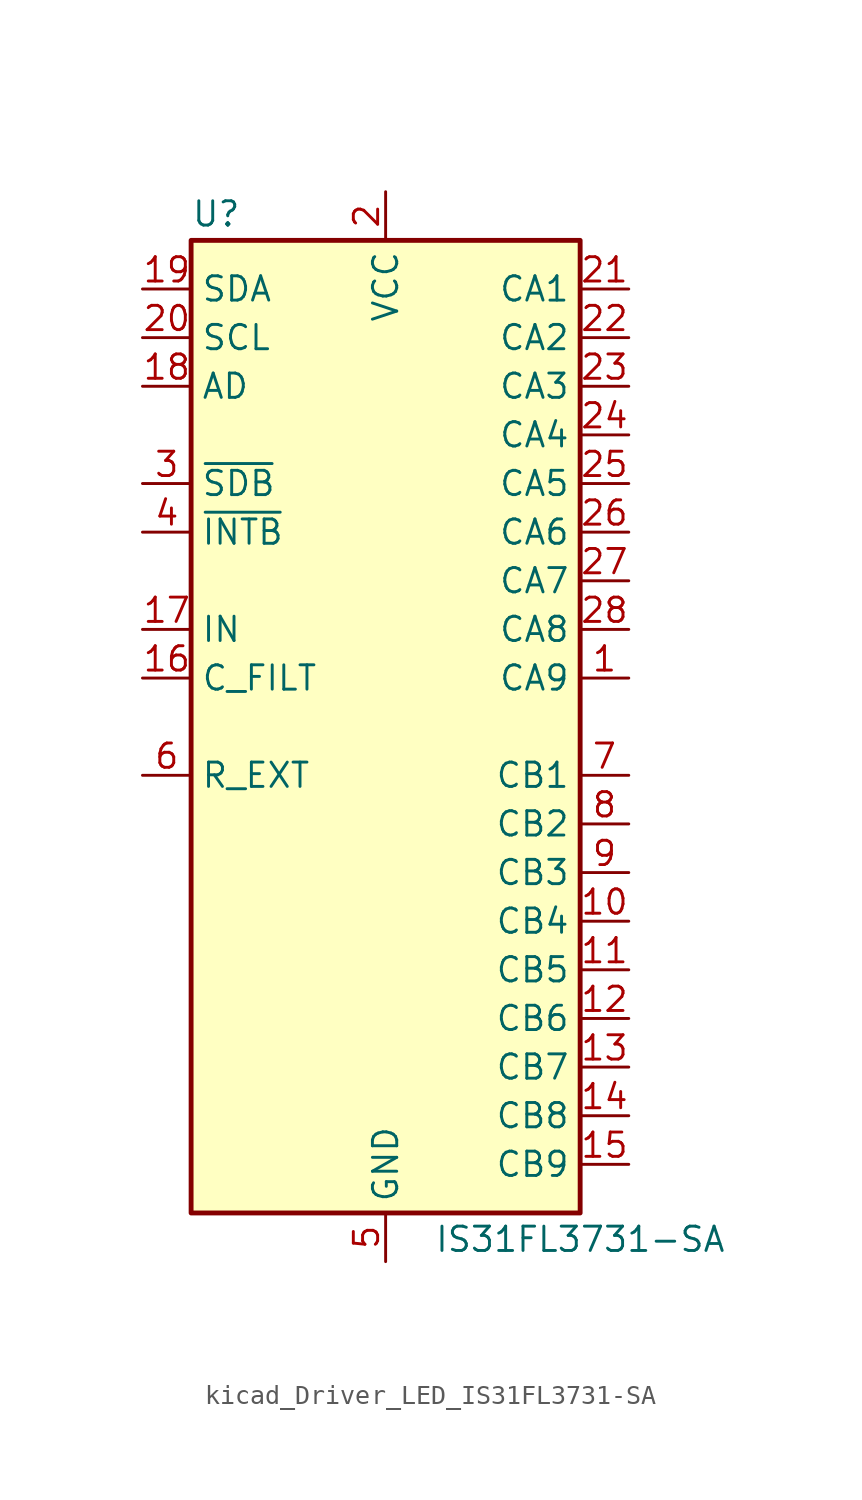
<source format=kicad_sym>
(kicad_symbol_lib
  (version 20220914)
  (generator kicad_symbol_editor)
  (symbol "kicad_Driver_LED_IS31FL3731-SA"
    (property "Reference" "U"
      (at -10.16 26.035 0)
      (effects (font (size 1.27 1.27)) (justify left bottom)))
    (property "Value" "IS31FL3731-SA"
      (at 2.54 -26.035 0)
      (effects (font (size 1.27 1.27)) (justify left top)))
    (symbol "kicad_Driver_LED_IS31FL3731-SA_0_1"
      (rectangle (start -10.16 25.4) (end 10.16 -25.4) (stroke (width 0.254) (type default)) (fill (type background))))
    (symbol "kicad_Driver_LED_IS31FL3731-SA_1_1"
      (pin bidirectional line (at 12.7 2.54 180) (length 2.54) (name "CA9" (effects (font (size 1.27 1.27)))) (number "1" (effects (font (size 1.27 1.27)))))
      (pin bidirectional line (at 12.7 -10.16 180) (length 2.54) (name "CB4" (effects (font (size 1.27 1.27)))) (number "10" (effects (font (size 1.27 1.27)))))
      (pin bidirectional line (at 12.7 -12.7 180) (length 2.54) (name "CB5" (effects (font (size 1.27 1.27)))) (number "11" (effects (font (size 1.27 1.27)))))
      (pin bidirectional line (at 12.7 -15.24 180) (length 2.54) (name "CB6" (effects (font (size 1.27 1.27)))) (number "12" (effects (font (size 1.27 1.27)))))
      (pin bidirectional line (at 12.7 -17.78 180) (length 2.54) (name "CB7" (effects (font (size 1.27 1.27)))) (number "13" (effects (font (size 1.27 1.27)))))
      (pin bidirectional line (at 12.7 -20.32 180) (length 2.54) (name "CB8" (effects (font (size 1.27 1.27)))) (number "14" (effects (font (size 1.27 1.27)))))
      (pin bidirectional line (at 12.7 -22.86 180) (length 2.54) (name "CB9" (effects (font (size 1.27 1.27)))) (number "15" (effects (font (size 1.27 1.27)))))
      (pin passive line (at -12.7 2.54 0) (length 2.54) (name "C_FILT" (effects (font (size 1.27 1.27)))) (number "16" (effects (font (size 1.27 1.27)))))
      (pin input line (at -12.7 5.08 0) (length 2.54) (name "IN" (effects (font (size 1.27 1.27)))) (number "17" (effects (font (size 1.27 1.27)))))
      (pin input line (at -12.7 17.78 0) (length 2.54) (name "AD" (effects (font (size 1.27 1.27)))) (number "18" (effects (font (size 1.27 1.27)))))
      (pin bidirectional line (at -12.7 22.86 0) (length 2.54) (name "SDA" (effects (font (size 1.27 1.27)))) (number "19" (effects (font (size 1.27 1.27)))))
      (pin power_in line (at 0 27.94 270) (length 2.54) (name "VCC" (effects (font (size 1.27 1.27)))) (number "2" (effects (font (size 1.27 1.27)))))
      (pin input line (at -12.7 20.32 0) (length 2.54) (name "SCL" (effects (font (size 1.27 1.27)))) (number "20" (effects (font (size 1.27 1.27)))))
      (pin bidirectional line (at 12.7 22.86 180) (length 2.54) (name "CA1" (effects (font (size 1.27 1.27)))) (number "21" (effects (font (size 1.27 1.27)))))
      (pin bidirectional line (at 12.7 20.32 180) (length 2.54) (name "CA2" (effects (font (size 1.27 1.27)))) (number "22" (effects (font (size 1.27 1.27)))))
      (pin bidirectional line (at 12.7 17.78 180) (length 2.54) (name "CA3" (effects (font (size 1.27 1.27)))) (number "23" (effects (font (size 1.27 1.27)))))
      (pin bidirectional line (at 12.7 15.24 180) (length 2.54) (name "CA4" (effects (font (size 1.27 1.27)))) (number "24" (effects (font (size 1.27 1.27)))))
      (pin bidirectional line (at 12.7 12.7 180) (length 2.54) (name "CA5" (effects (font (size 1.27 1.27)))) (number "25" (effects (font (size 1.27 1.27)))))
      (pin bidirectional line (at 12.7 10.16 180) (length 2.54) (name "CA6" (effects (font (size 1.27 1.27)))) (number "26" (effects (font (size 1.27 1.27)))))
      (pin bidirectional line (at 12.7 7.62 180) (length 2.54) (name "CA7" (effects (font (size 1.27 1.27)))) (number "27" (effects (font (size 1.27 1.27)))))
      (pin bidirectional line (at 12.7 5.08 180) (length 2.54) (name "CA8" (effects (font (size 1.27 1.27)))) (number "28" (effects (font (size 1.27 1.27)))))
      (pin input line (at -12.7 12.7 0) (length 2.54) (name "~{SDB}" (effects (font (size 1.27 1.27)))) (number "3" (effects (font (size 1.27 1.27)))))
      (pin open_collector line (at -12.7 10.16 0) (length 2.54) (name "~{INTB}" (effects (font (size 1.27 1.27)))) (number "4" (effects (font (size 1.27 1.27)))))
      (pin power_in line (at 0 -27.94 90) (length 2.54) (name "GND" (effects (font (size 1.27 1.27)))) (number "5" (effects (font (size 1.27 1.27)))))
      (pin passive line (at -12.7 -2.54 0) (length 2.54) (name "R_EXT" (effects (font (size 1.27 1.27)))) (number "6" (effects (font (size 1.27 1.27)))))
      (pin bidirectional line (at 12.7 -2.54 180) (length 2.54) (name "CB1" (effects (font (size 1.27 1.27)))) (number "7" (effects (font (size 1.27 1.27)))))
      (pin bidirectional line (at 12.7 -5.08 180) (length 2.54) (name "CB2" (effects (font (size 1.27 1.27)))) (number "8" (effects (font (size 1.27 1.27)))))
      (pin bidirectional line (at 12.7 -7.62 180) (length 2.54) (name "CB3" (effects (font (size 1.27 1.27)))) (number "9" (effects (font (size 1.27 1.27))))))))
</source>
